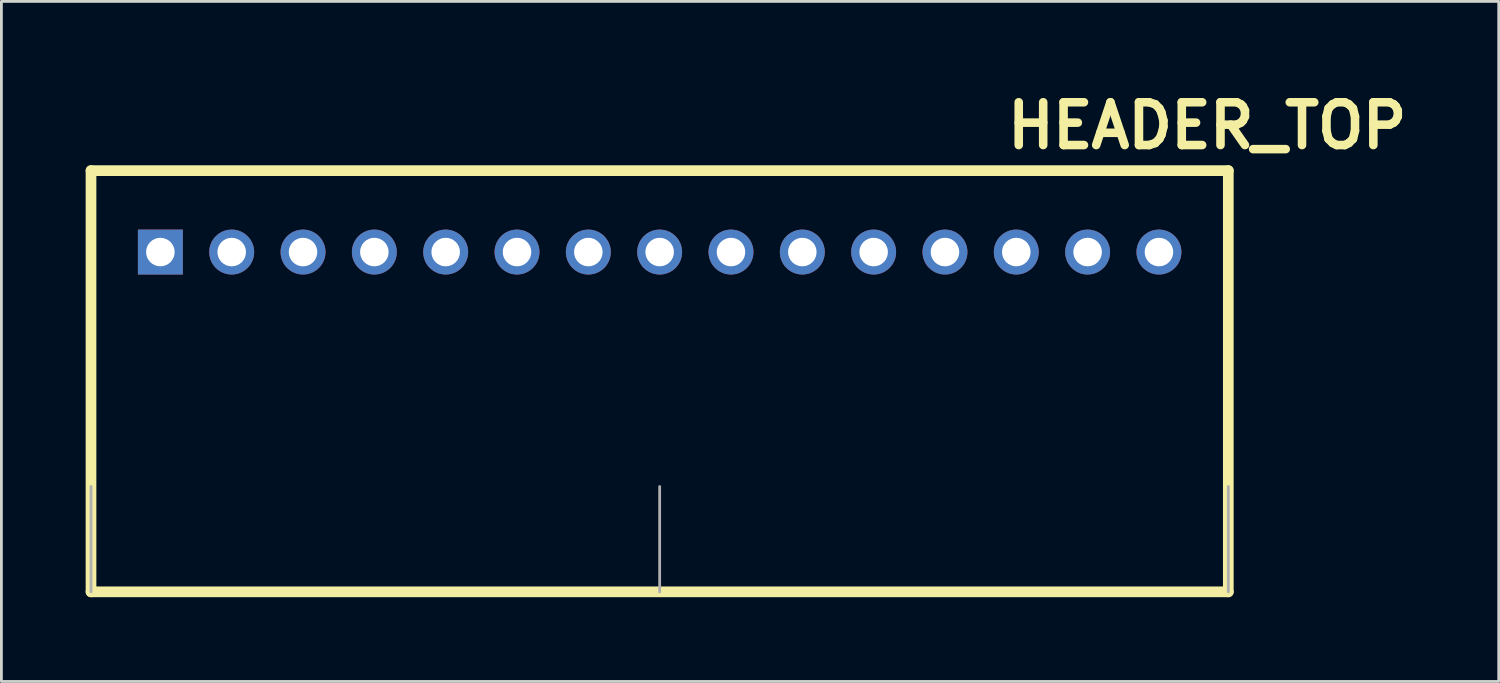
<source format=kicad_pcb>
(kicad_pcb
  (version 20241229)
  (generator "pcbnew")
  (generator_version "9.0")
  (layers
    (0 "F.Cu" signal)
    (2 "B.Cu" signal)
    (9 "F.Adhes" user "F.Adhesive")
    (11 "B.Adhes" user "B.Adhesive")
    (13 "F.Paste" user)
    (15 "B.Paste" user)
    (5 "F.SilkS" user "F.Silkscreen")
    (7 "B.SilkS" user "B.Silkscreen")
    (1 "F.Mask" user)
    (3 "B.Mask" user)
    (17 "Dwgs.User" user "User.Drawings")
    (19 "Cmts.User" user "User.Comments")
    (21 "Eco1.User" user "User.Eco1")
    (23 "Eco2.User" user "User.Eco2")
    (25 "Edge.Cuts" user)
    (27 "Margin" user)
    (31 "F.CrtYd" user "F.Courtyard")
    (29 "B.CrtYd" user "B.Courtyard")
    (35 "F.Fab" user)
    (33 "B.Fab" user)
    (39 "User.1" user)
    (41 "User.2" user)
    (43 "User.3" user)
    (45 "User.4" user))
  (footprint "HEADER_TOP"
    (layer "F.Cu")
    (at 20.441 5.926)
    (property "Reference" "HEADER_TOP" (at 19.5 -4.5 180) (layer "F.SilkS") (effects (font (size 1.524 1.524) (thickness 0.305))))
    (fp_line (start -20.25 -2.9) (end -20.25 12.1) (stroke (width 0.381) (type solid)) (layer "F.SilkS"))
    (fp_line (start -20.25 12.1) (end 20.25 12.1) (stroke (width 0.381) (type solid)) (layer "F.SilkS"))
    (fp_line (start 20.25 -2.9) (end -20.25 -2.9) (stroke (width 0.381) (type solid)) (layer "F.SilkS"))
    (fp_line (start 20.25 -2.9) (end 20.25 12.1) (stroke (width 0.381) (type solid)) (layer "F.SilkS"))
    (fp_line (start -20.25 12.1) (end -20.25 8.35) (stroke (width 0.1) (type default)) (layer "F.Fab"))
    (fp_line (start 0 12.1) (end 0 8.35) (stroke (width 0.1) (type default)) (layer "F.Fab"))
    (fp_line (start 20.25 12.1) (end 20.25 8.35) (stroke (width 0.1) (type default)) (layer "F.Fab"))
    (pad "1" thru_hole rect (at -17.78 0) (size 1.6 1.6) (drill 1.016) (layers "*.Cu" "*.Mask"))
    (pad "2" thru_hole circle (at -15.24 0) (size 1.6 1.6) (drill 1.016) (layers "*.Cu" "*.Mask"))
    (pad "3" thru_hole circle (at -12.7 0) (size 1.6 1.6) (drill 1.016) (layers "*.Cu" "*.Mask"))
    (pad "4" thru_hole circle (at -10.16 0) (size 1.6 1.6) (drill 1.016) (layers "*.Cu" "*.Mask"))
    (pad "5" thru_hole circle (at -7.62 0) (size 1.6 1.6) (drill 1.016) (layers "*.Cu" "*.Mask"))
    (pad "6" thru_hole circle (at -5.08 0) (size 1.6 1.6) (drill 1.016) (layers "*.Cu" "*.Mask"))
    (pad "7" thru_hole circle (at -2.54 0) (size 1.6 1.6) (drill 1.016) (layers "*.Cu" "*.Mask"))
    (pad "8" thru_hole circle (at 0 0) (size 1.6 1.6) (drill 1.016) (layers "*.Cu" "*.Mask"))
    (pad "9" thru_hole circle (at 2.54 0) (size 1.6 1.6) (drill 1.016) (layers "*.Cu" "*.Mask"))
    (pad "10" thru_hole circle (at 5.08 0) (size 1.6 1.6) (drill 1.016) (layers "*.Cu" "*.Mask"))
    (pad "11" thru_hole circle (at 7.62 0) (size 1.6 1.6) (drill 1.016) (layers "*.Cu" "*.Mask"))
    (pad "12" thru_hole circle (at 10.16 0) (size 1.6 1.6) (drill 1.016) (layers "*.Cu" "*.Mask"))
    (pad "13" thru_hole circle (at 12.7 0) (size 1.6 1.6) (drill 1.016) (layers "*.Cu" "*.Mask"))
    (pad "14" thru_hole circle (at 15.24 0) (size 1.6 1.6) (drill 1.016) (layers "*.Cu" "*.Mask"))
    (pad "15" thru_hole circle (at 17.78 0) (size 1.6 1.6) (drill 1.016) (layers "*.Cu" "*.Mask")))
  (gr_rect
    (start -3 -3)
    (end 50.321 21.217)
    (stroke (width 0.1) (type default))
    (fill no)
    (layer "Edge.Cuts")))
</source>
